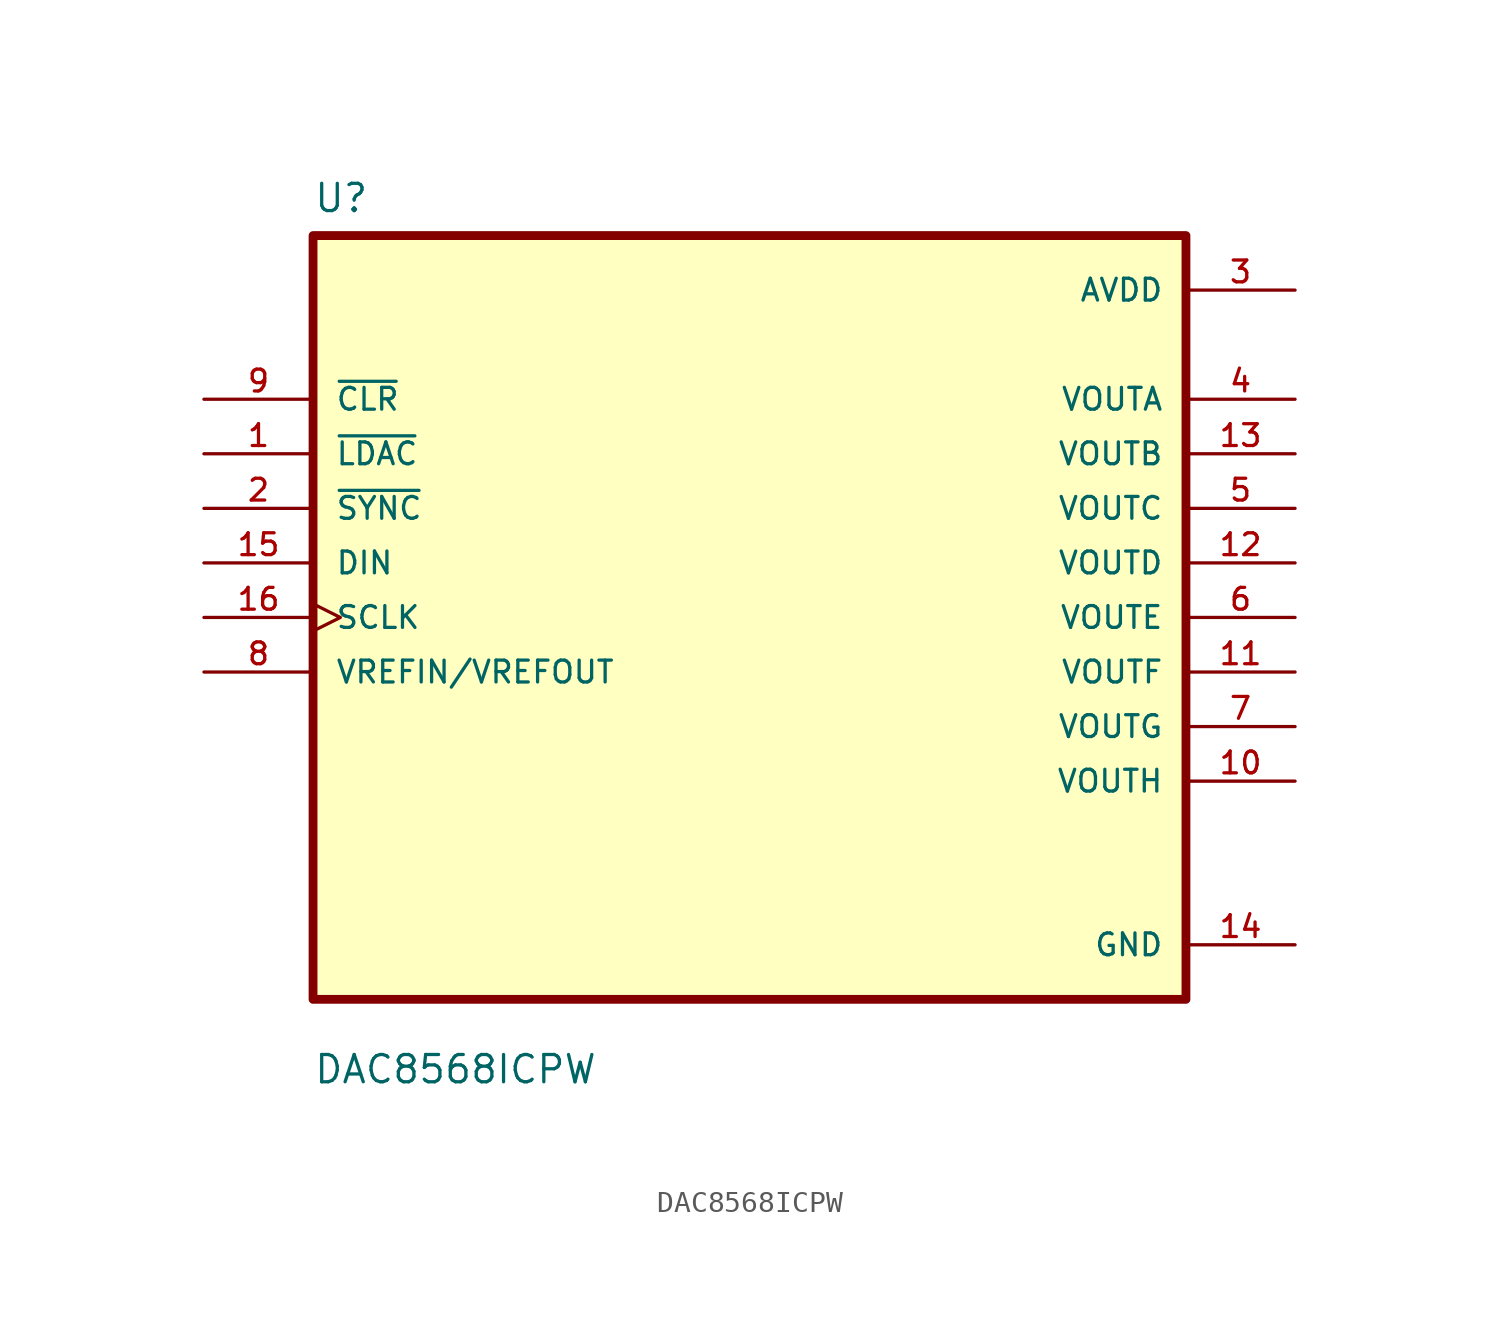
<source format=kicad_sym>
(kicad_symbol_lib
  (version 20211014)
  (generator kicad_symbol_editor)
  (symbol "DAC8568ICPW"
    (pin_names
      (offset 1.016))
    (property "Reference" "U"
      (at -20.32 18.78 0.0)
      (effects (font (size 1.27 1.27)) (justify bottom left)))
    (property "Value" "DAC8568ICPW"
      (at -20.32 -21.78 0.0)
      (effects (font (size 1.27 1.27)) (justify bottom left)))
    (symbol "DAC8568ICPW_0_0"
      (rectangle (start -20.32 -17.78) (end 20.32 17.78) (stroke (width 0.41)) (fill (type background)))
      (pin input line (at -25.4 10.16 0) (length 5.08) (name "~{CLR}" (effects (font (size 1.016 1.016)))) (number "9" (effects (font (size 1.016 1.016)))))
      (pin input line (at -25.4 7.62 0) (length 5.08) (name "~{LDAC}" (effects (font (size 1.016 1.016)))) (number "1" (effects (font (size 1.016 1.016)))))
      (pin input line (at -25.4 5.08 0) (length 5.08) (name "~{SYNC}" (effects (font (size 1.016 1.016)))) (number "2" (effects (font (size 1.016 1.016)))))
      (pin input line (at -25.4 2.54 0) (length 5.08) (name "DIN" (effects (font (size 1.016 1.016)))) (number "15" (effects (font (size 1.016 1.016)))))
      (pin input clock (at -25.4 0.0 0) (length 5.08) (name "SCLK" (effects (font (size 1.016 1.016)))) (number "16" (effects (font (size 1.016 1.016)))))
      (pin input line (at -25.4 -2.54 0) (length 5.08) (name "VREFIN/VREFOUT" (effects (font (size 1.016 1.016)))) (number "8" (effects (font (size 1.016 1.016)))))
      (pin power_in line (at 25.4 15.24 180.0) (length 5.08) (name "AVDD" (effects (font (size 1.016 1.016)))) (number "3" (effects (font (size 1.016 1.016)))))
      (pin output line (at 25.4 10.16 180.0) (length 5.08) (name "VOUTA" (effects (font (size 1.016 1.016)))) (number "4" (effects (font (size 1.016 1.016)))))
      (pin output line (at 25.4 7.62 180.0) (length 5.08) (name "VOUTB" (effects (font (size 1.016 1.016)))) (number "13" (effects (font (size 1.016 1.016)))))
      (pin output line (at 25.4 5.08 180.0) (length 5.08) (name "VOUTC" (effects (font (size 1.016 1.016)))) (number "5" (effects (font (size 1.016 1.016)))))
      (pin output line (at 25.4 2.54 180.0) (length 5.08) (name "VOUTD" (effects (font (size 1.016 1.016)))) (number "12" (effects (font (size 1.016 1.016)))))
      (pin output line (at 25.4 1.77636e-15 180.0) (length 5.08) (name "VOUTE" (effects (font (size 1.016 1.016)))) (number "6" (effects (font (size 1.016 1.016)))))
      (pin output line (at 25.4 -2.54 180.0) (length 5.08) (name "VOUTF" (effects (font (size 1.016 1.016)))) (number "11" (effects (font (size 1.016 1.016)))))
      (pin output line (at 25.4 -5.08 180.0) (length 5.08) (name "VOUTG" (effects (font (size 1.016 1.016)))) (number "7" (effects (font (size 1.016 1.016)))))
      (pin output line (at 25.4 -7.62 180.0) (length 5.08) (name "VOUTH" (effects (font (size 1.016 1.016)))) (number "10" (effects (font (size 1.016 1.016)))))
      (pin power_in line (at 25.4 -15.24 180.0) (length 5.08) (name "GND" (effects (font (size 1.016 1.016)))) (number "14" (effects (font (size 1.016 1.016))))))))
</source>
